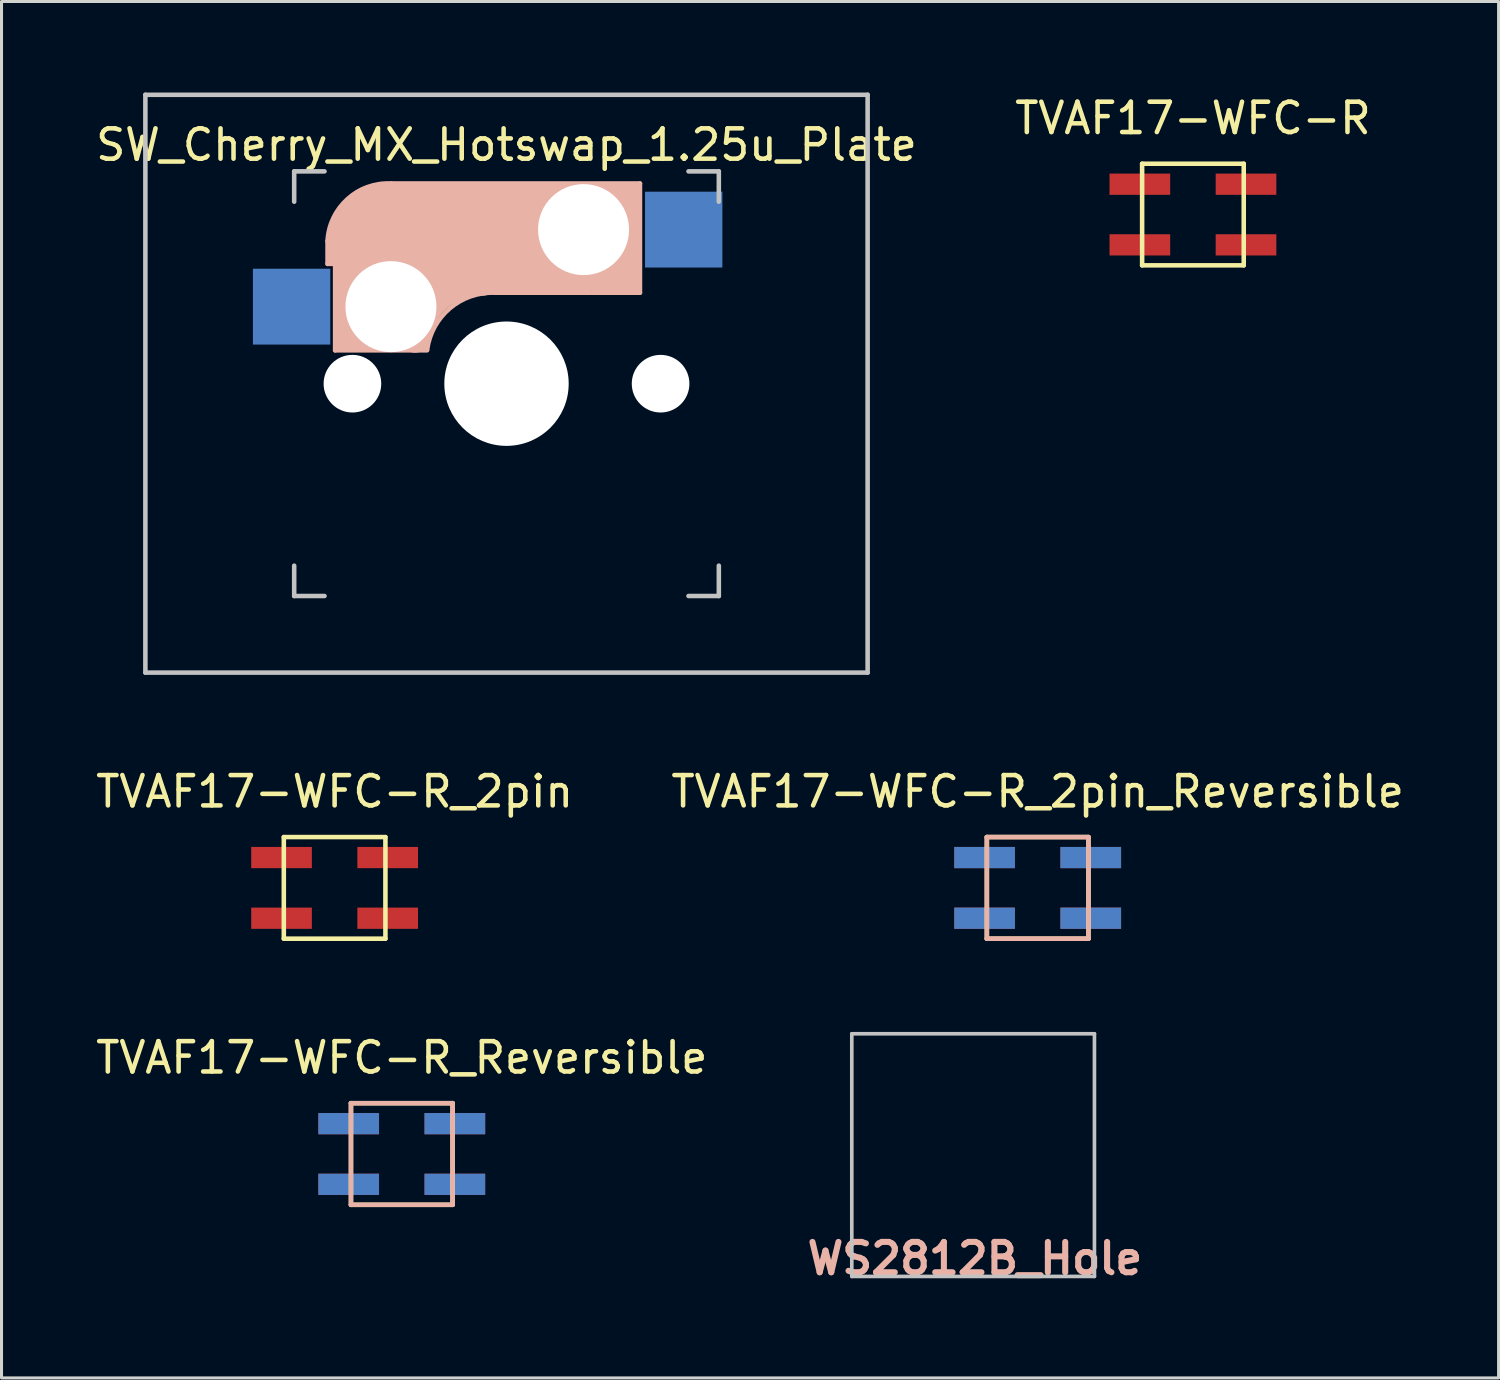
<source format=kicad_pcb>
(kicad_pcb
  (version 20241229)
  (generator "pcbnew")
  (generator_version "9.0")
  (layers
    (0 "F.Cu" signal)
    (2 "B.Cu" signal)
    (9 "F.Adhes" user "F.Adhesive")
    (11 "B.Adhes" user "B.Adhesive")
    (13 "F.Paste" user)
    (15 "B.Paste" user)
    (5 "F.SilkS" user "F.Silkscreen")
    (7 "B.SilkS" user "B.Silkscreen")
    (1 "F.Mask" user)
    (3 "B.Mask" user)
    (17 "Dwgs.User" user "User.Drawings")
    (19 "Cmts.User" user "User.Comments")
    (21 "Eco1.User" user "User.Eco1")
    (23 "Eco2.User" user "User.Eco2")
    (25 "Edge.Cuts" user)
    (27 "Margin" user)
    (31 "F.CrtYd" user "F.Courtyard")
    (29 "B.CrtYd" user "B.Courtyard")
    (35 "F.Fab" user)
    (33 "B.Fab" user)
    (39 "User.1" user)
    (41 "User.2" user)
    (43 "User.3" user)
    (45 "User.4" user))
  (footprint "SW_Cherry_MX_Hotswap_1.25u_Plate"
    (layer "F.Cu")
    (at 13.649 9.6)
    (property "Reference" "SW_Cherry_MX_Hotswap_1.25u_Plate" (at 0 -7.874 0) (layer "F.SilkS") (effects (font (size 1 1) (thickness 0.15))))
    (attr through_hole)
    (fp_line (start -5.9 -4.7) (end -5.9 -3.95) (stroke (width 0.15) (type solid)) (layer "B.SilkS"))
    (fp_line (start -5.9 -3.95) (end -5.7 -3.95) (stroke (width 0.15) (type solid)) (layer "B.SilkS"))
    (fp_line (start -5.8 -4.05) (end -5.8 -4.7) (stroke (width 0.3) (type solid)) (layer "B.SilkS"))
    (fp_line (start -5.65 -5.55) (end -5.65 -1.1) (stroke (width 0.15) (type solid)) (layer "B.SilkS"))
    (fp_line (start -5.65 -1.1) (end -2.62 -1.1) (stroke (width 0.15) (type solid)) (layer "B.SilkS"))
    (fp_line (start -5.45 -1.3) (end -3 -1.3) (stroke (width 0.5) (type solid)) (layer "B.SilkS"))
    (fp_line (start -5.3 -1.6) (end -5.3 -3.4) (stroke (width 0.8) (type solid)) (layer "B.SilkS"))
    (fp_line (start -4.17 -5.1) (end -4.17 -2.86) (stroke (width 3) (type solid)) (layer "B.SilkS"))
    (fp_line (start -0.4 -3) (end 4.4 -3) (stroke (width 0.15) (type solid)) (layer "B.SilkS"))
    (fp_line (start 2.6 -4.8) (end -4.1 -4.8) (stroke (width 3.5) (type solid)) (layer "B.SilkS"))
    (fp_line (start 3.9 -6) (end 3.9 -3.5) (stroke (width 1) (type solid)) (layer "B.SilkS"))
    (fp_line (start 4.2 -3.25) (end 2.9 -3.3) (stroke (width 0.5) (type solid)) (layer "B.SilkS"))
    (fp_line (start 4.25 -6.4) (end 3 -6.4) (stroke (width 0.4) (type solid)) (layer "B.SilkS"))
    (fp_line (start 4.38 -4) (end 4.38 -6.25) (stroke (width 0.15) (type solid)) (layer "B.SilkS"))
    (fp_line (start 4.4 -6.6) (end -3.8 -6.6) (stroke (width 0.15) (type solid)) (layer "B.SilkS"))
    (fp_line (start 4.4 -3) (end 4.4 -6.6) (stroke (width 0.15) (type solid)) (layer "B.SilkS"))
    (fp_arc (start -5.9 -4.699999) (mid -5.243504 -6.084924) (end -3.800001 -6.6) (stroke (width 0.15) (type solid)) (layer "B.SilkS"))
    (fp_arc (start -3.016318 -1.521471) (mid -2.268709 -2.886118) (end -0.8 -3.4) (stroke (width 1) (type solid)) (layer "B.SilkS"))
    (fp_arc (start -2.616318 -1.121471) (mid -1.868709 -2.486118) (end -0.4 -3) (stroke (width 0.15) (type solid)) (layer "B.SilkS"))
    (fp_line (start -11.906 -9.525) (end 11.906 -9.525) (stroke (width 0.15) (type solid)) (layer "Dwgs.User"))
    (fp_line (start -11.906 9.525) (end -11.906 -9.525) (stroke (width 0.15) (type solid)) (layer "Dwgs.User"))
    (fp_line (start -7 -7) (end -6 -7) (stroke (width 0.15) (type solid)) (layer "Dwgs.User"))
    (fp_line (start -7 -6) (end -7 -7) (stroke (width 0.15) (type solid)) (layer "Dwgs.User"))
    (fp_line (start -7 6) (end -7 7) (stroke (width 0.15) (type solid)) (layer "Dwgs.User"))
    (fp_line (start -7 7) (end -6 7) (stroke (width 0.15) (type solid)) (layer "Dwgs.User"))
    (fp_line (start 6 7) (end 7 7) (stroke (width 0.15) (type solid)) (layer "Dwgs.User"))
    (fp_line (start 7 -7) (end 6 -7) (stroke (width 0.15) (type solid)) (layer "Dwgs.User"))
    (fp_line (start 7 -7) (end 7 -6) (stroke (width 0.15) (type solid)) (layer "Dwgs.User"))
    (fp_line (start 7 7) (end 7 6) (stroke (width 0.15) (type solid)) (layer "Dwgs.User"))
    (fp_line (start 11.906 -9.525) (end 11.906 9.525) (stroke (width 0.15) (type solid)) (layer "Dwgs.User"))
    (fp_line (start 11.906 9.525) (end -11.906 9.525) (stroke (width 0.15) (type solid)) (layer "Dwgs.User"))
    (pad "" np_thru_hole circle (at -5.08 0) (size 1.9 1.9) (drill 1.9) (layers "*.Cu" "*.Mask"))
    (pad "" np_thru_hole circle (at -3.81 -2.54) (size 3 3) (drill 3) (layers "*.Cu" "*.Mask"))
    (pad "" np_thru_hole circle (at 0 0 90) (size 4.1 4.1) (drill 4.1) (layers "*.Cu" "*.Mask"))
    (pad "" np_thru_hole circle (at 2.54 -5.08) (size 3 3) (drill 3) (layers "*.Cu" "*.Mask"))
    (pad "" np_thru_hole circle (at 5.08 0) (size 1.9 1.9) (drill 1.9) (layers "*.Cu" "*.Mask"))
    (pad "1" smd rect (at -7.085 -2.54 180) (size 2.55 2.5) (layers "B.Cu" "B.Mask" "B.Paste"))
    (pad "2" smd rect (at 5.842 -5.08 180) (size 2.55 2.5) (layers "B.Cu" "B.Mask" "B.Paste")))
  (footprint "TVAF17-WFC-R_2pin"
    (layer "F.Cu")
    (at 7.982 26.223)
    (property "Reference" "TVAF17-WFC-R_2pin" (at 0 -3.175 0) (layer "F.SilkS") (effects (font (size 1 1) (thickness 0.15))))
    (attr through_hole)
    (fp_line (start -1.675 -1.675) (end 1.675 -1.675) (stroke (width 0.15) (type solid)) (layer "F.SilkS"))
    (fp_line (start -1.675 1.675) (end -1.675 -1.675) (stroke (width 0.15) (type solid)) (layer "F.SilkS"))
    (fp_line (start 1.675 -1.675) (end 1.675 1.675) (stroke (width 0.15) (type solid)) (layer "F.SilkS"))
    (fp_line (start 1.675 1.675) (end -1.675 1.675) (stroke (width 0.15) (type solid)) (layer "F.SilkS"))
    (pad "1" smd rect (at -1.75 -1 90) (size 0.7 2) (layers "F.Cu" "F.Mask" "F.Paste"))
    (pad "1" smd rect (at 1.75 -1 90) (size 0.7 2) (layers "F.Cu" "F.Mask" "F.Paste"))
    (pad "2" smd rect (at -1.75 1 90) (size 0.7 2) (layers "F.Cu" "F.Mask" "F.Paste"))
    (pad "2" smd rect (at 1.75 1 90) (size 0.7 2) (layers "F.Cu" "F.Mask" "F.Paste")))
  (footprint "WS2812B_Hole"
    (layer "F.Cu")
    (at 29.033 35.033)
    (property "Reference" "WS2812B_Hole" (at 0.06 3.41 0) (unlocked yes) (layer "B.SilkS") (effects (font (size 1 1) (thickness 0.2))))
    (attr smd)
    (fp_line (start -4 -4) (end -4 4) (stroke (width 0.12) (type solid)) (layer "Dwgs.User"))
    (fp_line (start -4 4) (end 4 4) (stroke (width 0.12) (type solid)) (layer "Dwgs.User"))
    (fp_line (start 4 -4) (end -4 -4) (stroke (width 0.12) (type solid)) (layer "Dwgs.User"))
    (fp_line (start 4 4) (end 4 -4) (stroke (width 0.12) (type solid)) (layer "Dwgs.User")))
  (footprint "TVAF17-WFC-R_2pin_Reversible"
    (layer "F.Cu")
    (at 31.161 26.223)
    (property "Reference" "TVAF17-WFC-R_2pin_Reversible" (at 0 -3.175 0) (layer "F.SilkS") (effects (font (size 1 1) (thickness 0.15))))
    (attr through_hole)
    (fp_line (start -1.675 -1.675) (end 1.675 -1.675) (stroke (width 0.15) (type solid)) (layer "F.SilkS"))
    (fp_line (start -1.675 1.675) (end -1.675 -1.675) (stroke (width 0.15) (type solid)) (layer "F.SilkS"))
    (fp_line (start 1.675 -1.675) (end 1.675 1.675) (stroke (width 0.15) (type solid)) (layer "F.SilkS"))
    (fp_line (start 1.675 1.675) (end -1.675 1.675) (stroke (width 0.15) (type solid)) (layer "F.SilkS"))
    (fp_line (start -1.675 -1.675) (end 1.675 -1.675) (stroke (width 0.15) (type solid)) (layer "B.SilkS"))
    (fp_line (start -1.675 1.675) (end -1.675 -1.675) (stroke (width 0.15) (type solid)) (layer "B.SilkS"))
    (fp_line (start 1.675 -1.675) (end 1.675 1.675) (stroke (width 0.15) (type solid)) (layer "B.SilkS"))
    (fp_line (start 1.675 1.675) (end -1.675 1.675) (stroke (width 0.15) (type solid)) (layer "B.SilkS"))
    (pad "1" smd rect (at -1.75 -1 90) (size 0.7 2) (layers "F.Cu" "F.Mask" "F.Paste"))
    (pad "1" smd rect (at -1.75 -1 90) (size 0.7 2) (layers "B.Cu" "B.Mask" "B.Paste"))
    (pad "1" smd rect (at 1.75 -1 90) (size 0.7 2) (layers "F.Cu" "F.Mask" "F.Paste"))
    (pad "1" smd rect (at 1.75 -1 90) (size 0.7 2) (layers "B.Cu" "B.Mask" "B.Paste"))
    (pad "2" smd rect (at -1.75 1 90) (size 0.7 2) (layers "F.Cu" "F.Mask" "F.Paste"))
    (pad "2" smd rect (at -1.75 1 90) (size 0.7 2) (layers "B.Cu" "B.Mask" "B.Paste"))
    (pad "2" smd rect (at 1.75 1 90) (size 0.7 2) (layers "F.Cu" "F.Mask" "F.Paste"))
    (pad "2" smd rect (at 1.75 1 90) (size 0.7 2) (layers "B.Cu" "B.Mask" "B.Paste")))
  (footprint "TVAF17-WFC-R_Reversible"
    (layer "F.Cu")
    (at 10.196 34.996)
    (property "Reference" "TVAF17-WFC-R_Reversible" (at 0 -3.175 0) (layer "F.SilkS") (effects (font (size 1 1) (thickness 0.15))))
    (attr through_hole)
    (fp_line (start -1.675 -1.675) (end 1.675 -1.675) (stroke (width 0.15) (type solid)) (layer "F.SilkS"))
    (fp_line (start -1.675 1.675) (end -1.675 -1.675) (stroke (width 0.15) (type solid)) (layer "F.SilkS"))
    (fp_line (start 1.675 -1.675) (end 1.675 1.675) (stroke (width 0.15) (type solid)) (layer "F.SilkS"))
    (fp_line (start 1.675 1.675) (end -1.675 1.675) (stroke (width 0.15) (type solid)) (layer "F.SilkS"))
    (fp_line (start -1.675 -1.675) (end 1.675 -1.675) (stroke (width 0.15) (type solid)) (layer "B.SilkS"))
    (fp_line (start -1.675 1.675) (end -1.675 -1.675) (stroke (width 0.15) (type solid)) (layer "B.SilkS"))
    (fp_line (start 1.675 -1.675) (end 1.675 1.675) (stroke (width 0.15) (type solid)) (layer "B.SilkS"))
    (fp_line (start 1.675 1.675) (end -1.675 1.675) (stroke (width 0.15) (type solid)) (layer "B.SilkS"))
    (pad "1" smd rect (at -1.75 -1 90) (size 0.7 2) (layers "F.Cu" "F.Mask" "F.Paste"))
    (pad "1" smd rect (at -1.75 -1 90) (size 0.7 2) (layers "B.Cu" "B.Mask" "B.Paste"))
    (pad "2" smd rect (at 1.75 -1 90) (size 0.7 2) (layers "F.Cu" "F.Mask" "F.Paste"))
    (pad "2" smd rect (at 1.75 -1 90) (size 0.7 2) (layers "B.Cu" "B.Mask" "B.Paste"))
    (pad "3" smd rect (at -1.75 1 90) (size 0.7 2) (layers "F.Cu" "F.Mask" "F.Paste"))
    (pad "3" smd rect (at -1.75 1 90) (size 0.7 2) (layers "B.Cu" "B.Mask" "B.Paste"))
    (pad "4" smd rect (at 1.75 1 90) (size 0.7 2) (layers "F.Cu" "F.Mask" "F.Paste"))
    (pad "4" smd rect (at 1.75 1 90) (size 0.7 2) (layers "B.Cu" "B.Mask" "B.Paste")))
  (footprint "TVAF17-WFC-R"
    (layer "F.Cu")
    (at 36.28 4.023)
    (property "Reference" "TVAF17-WFC-R" (at 0 -3.175 0) (layer "F.SilkS") (effects (font (size 1 1) (thickness 0.15))))
    (attr through_hole)
    (fp_line (start -1.675 -1.675) (end 1.675 -1.675) (stroke (width 0.15) (type solid)) (layer "F.SilkS"))
    (fp_line (start -1.675 1.675) (end -1.675 -1.675) (stroke (width 0.15) (type solid)) (layer "F.SilkS"))
    (fp_line (start 1.675 -1.675) (end 1.675 1.675) (stroke (width 0.15) (type solid)) (layer "F.SilkS"))
    (fp_line (start 1.675 1.675) (end -1.675 1.675) (stroke (width 0.15) (type solid)) (layer "F.SilkS"))
    (pad "1" smd rect (at -1.75 -1 90) (size 0.7 2) (layers "F.Cu" "F.Mask" "F.Paste"))
    (pad "2" smd rect (at 1.75 -1 90) (size 0.7 2) (layers "F.Cu" "F.Mask" "F.Paste"))
    (pad "3" smd rect (at -1.75 1 90) (size 0.7 2) (layers "F.Cu" "F.Mask" "F.Paste"))
    (pad "4" smd rect (at 1.75 1 90) (size 0.7 2) (layers "F.Cu" "F.Mask" "F.Paste")))
  (gr_rect
    (start -3 -3)
    (end 46.357 42.379)
    (stroke (width 0.1) (type default))
    (fill no)
    (layer "Edge.Cuts")))
</source>
